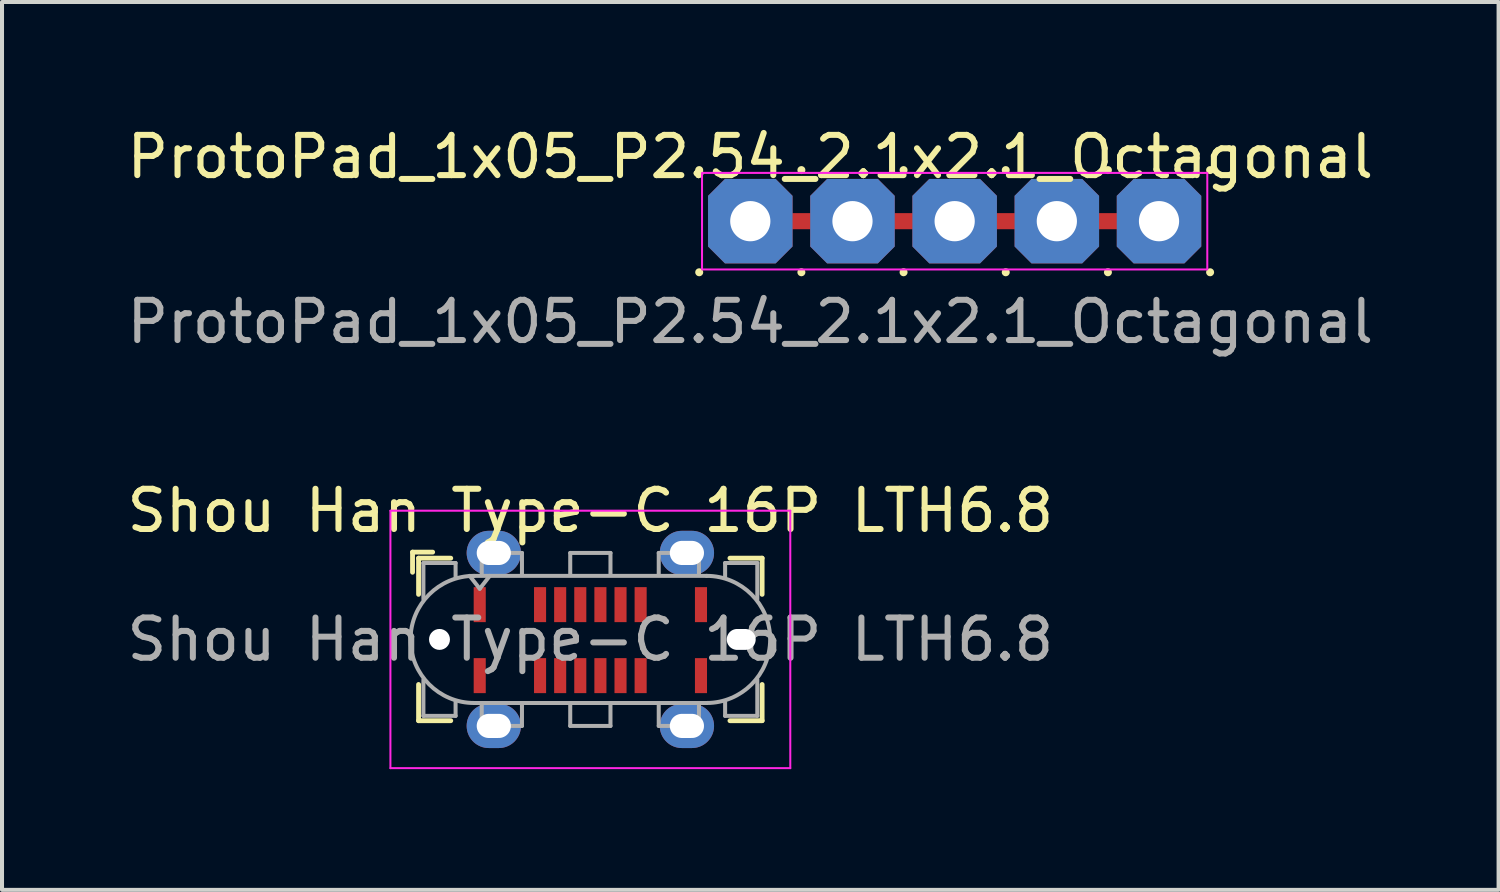
<source format=kicad_pcb>
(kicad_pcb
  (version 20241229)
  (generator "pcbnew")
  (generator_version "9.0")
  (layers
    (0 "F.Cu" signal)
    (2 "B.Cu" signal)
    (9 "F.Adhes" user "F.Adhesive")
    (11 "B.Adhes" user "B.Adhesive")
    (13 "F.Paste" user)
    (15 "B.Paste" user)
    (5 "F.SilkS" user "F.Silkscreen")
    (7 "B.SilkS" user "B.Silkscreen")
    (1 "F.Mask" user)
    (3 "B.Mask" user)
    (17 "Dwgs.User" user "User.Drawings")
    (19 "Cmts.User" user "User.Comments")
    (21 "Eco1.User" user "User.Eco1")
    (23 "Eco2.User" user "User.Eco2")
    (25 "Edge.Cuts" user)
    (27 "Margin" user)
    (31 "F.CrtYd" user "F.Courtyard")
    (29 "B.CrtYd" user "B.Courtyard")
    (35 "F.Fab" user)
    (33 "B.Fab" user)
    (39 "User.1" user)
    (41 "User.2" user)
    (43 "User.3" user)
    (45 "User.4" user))
  (footprint "ProtoPad_1x05_P2.54_2.1x2.1_Octagonal"
    (layer "F.Cu")
    (at 15.601 2.448)
    (property "Reference" "ProtoPad_1x05_P2.54_2.1x2.1_Octagonal" (at 0 -1.6 0) (unlocked yes) (layer "F.SilkS") (effects (font (size 1 1) (thickness 0.15))))
    (attr through_hole exclude_from_pos_files exclude_from_bom)
    (fp_circle (center -1.27 -1.27) (end -1.22 -1.27) (stroke (width 0.1) (type default)) (fill no) (layer "F.SilkS"))
    (fp_circle (center -1.27 1.27) (end -1.22 1.27) (stroke (width 0.1) (type default)) (fill no) (layer "F.SilkS"))
    (fp_circle (center 1.27 -1.27) (end 1.32 -1.27) (stroke (width 0.1) (type default)) (fill no) (layer "F.SilkS"))
    (fp_circle (center 1.27 1.27) (end 1.32 1.27) (stroke (width 0.1) (type default)) (fill no) (layer "F.SilkS"))
    (fp_circle (center 3.81 -1.27) (end 3.86 -1.27) (stroke (width 0.1) (type default)) (fill no) (layer "F.SilkS"))
    (fp_circle (center 3.81 1.27) (end 3.86 1.27) (stroke (width 0.1) (type default)) (fill no) (layer "F.SilkS"))
    (fp_circle (center 6.35 -1.27) (end 6.4 -1.27) (stroke (width 0.1) (type default)) (fill no) (layer "F.SilkS"))
    (fp_circle (center 6.35 1.27) (end 6.4 1.27) (stroke (width 0.1) (type default)) (fill no) (layer "F.SilkS"))
    (fp_circle (center 8.89 -1.27) (end 8.94 -1.27) (stroke (width 0.1) (type default)) (fill no) (layer "F.SilkS"))
    (fp_circle (center 8.89 1.27) (end 8.94 1.27) (stroke (width 0.1) (type default)) (fill no) (layer "F.SilkS"))
    (fp_circle (center 11.43 -1.27) (end 11.48 -1.27) (stroke (width 0.1) (type default)) (fill no) (layer "F.SilkS"))
    (fp_circle (center 11.43 1.27) (end 11.48 1.27) (stroke (width 0.1) (type default)) (fill no) (layer "F.SilkS"))
    (fp_rect (start -1.2 -1.2) (end 11.36 1.2) (stroke (width 0.05) (type default)) (fill no) (layer "F.CrtYd"))
    (fp_text user "${REFERENCE}" (at 0 2.5 0) (unlocked yes) (layer "F.Fab") (effects (font (size 1 1) (thickness 0.15))))
    (pad "1" thru_hole roundrect (at 0 0) (size 2.1 2.1) (drill 1) (layers "*.Cu" "*.Mask") (roundrect_rratio 0) (chamfer_ratio 0.2) (chamfer top_left top_right bottom_left bottom_right))
    (pad "1" smd rect (at 1.27 0) (size 0.8 0.4) (layers "F.Cu" "F.Mask" "F.Paste"))
    (pad "1" thru_hole roundrect (at 2.54 0) (size 2.1 2.1) (drill 1) (layers "*.Cu" "*.Mask") (roundrect_rratio 0) (chamfer_ratio 0.2) (chamfer top_left top_right bottom_left bottom_right))
    (pad "1" smd rect (at 3.81 0) (size 0.8 0.4) (layers "F.Cu" "F.Mask" "F.Paste"))
    (pad "1" thru_hole roundrect (at 5.08 0) (size 2.1 2.1) (drill 1) (layers "*.Cu" "*.Mask") (roundrect_rratio 0) (chamfer_ratio 0.2) (chamfer top_left top_right bottom_left bottom_right))
    (pad "1" smd rect (at 6.35 0) (size 0.8 0.4) (layers "F.Cu" "F.Mask" "F.Paste"))
    (pad "1" thru_hole roundrect (at 7.62 0) (size 2.1 2.1) (drill 1) (layers "*.Cu" "*.Mask") (roundrect_rratio 0) (chamfer_ratio 0.2) (chamfer top_left top_right bottom_left bottom_right))
    (pad "1" smd rect (at 8.89 0) (size 0.8 0.4) (layers "F.Cu" "F.Mask" "F.Paste"))
    (pad "1" thru_hole roundrect (at 10.16 0) (size 2.1 2.1) (drill 1) (layers "*.Cu" "*.Mask") (roundrect_rratio 0) (chamfer_ratio 0.2) (chamfer top_left top_right bottom_left bottom_right))
    (zone (net_name "") (layers "F.Cu" "B.Cu" "F.Adhes") (hatch edge 0.5) (connect_pads) (min_thickness 0.25) (filled_areas_thickness no) (keepout (tracks allowed) (vias allowed) (pads allowed) (copperpour not_allowed) (footprints allowed)) (placement (enabled no)) (fill) (polygon (pts (xy 14.401 1.248) (xy 14.401 3.648) (xy 27.001 3.648) (xy 27.001 1.248)))))
  (footprint "Shou Han Type-C 16P LTH6.8"
    (layer "F.Cu")
    (at 11.625 12.845)
    (property "Reference" "Shou Han Type-C 16P LTH6.8" (at 0 -3.2 0) (layer "F.SilkS") (effects (font (size 1 1) (thickness 0.15))))
    (attr smd)
    (fp_line (start -4.42 -2.17) (end -4.42 -1.67) (stroke (width 0.12) (type solid)) (layer "F.SilkS"))
    (fp_line (start -4.42 -2.17) (end -3.92 -2.17) (stroke (width 0.12) (type solid)) (layer "F.SilkS"))
    (fp_line (start -4.27 -2.02) (end -4.27 -1.12) (stroke (width 0.12) (type solid)) (layer "F.SilkS"))
    (fp_line (start -4.27 -2.02) (end -3.47 -2.02) (stroke (width 0.12) (type solid)) (layer "F.SilkS"))
    (fp_line (start -4.27 2.02) (end -4.27 1.12) (stroke (width 0.12) (type solid)) (layer "F.SilkS"))
    (fp_line (start -4.27 2.02) (end -3.47 2.02) (stroke (width 0.12) (type solid)) (layer "F.SilkS"))
    (fp_line (start 4.27 -2.02) (end 3.47 -2.02) (stroke (width 0.12) (type solid)) (layer "F.SilkS"))
    (fp_line (start 4.27 -2.02) (end 4.27 -1.12) (stroke (width 0.12) (type solid)) (layer "F.SilkS"))
    (fp_line (start 4.27 2.02) (end 3.47 2.02) (stroke (width 0.12) (type solid)) (layer "F.SilkS"))
    (fp_line (start 4.27 2.02) (end 4.27 1.12) (stroke (width 0.12) (type solid)) (layer "F.SilkS"))
    (fp_line (start -4.97 -3.2) (end -4.97 3.2) (stroke (width 0.05) (type solid)) (layer "F.CrtYd"))
    (fp_line (start -4.97 3.2) (end 4.97 3.2) (stroke (width 0.05) (type solid)) (layer "F.CrtYd"))
    (fp_line (start 4.97 -3.2) (end -4.97 -3.2) (stroke (width 0.05) (type solid)) (layer "F.CrtYd"))
    (fp_line (start 4.97 3.2) (end 4.97 -3.2) (stroke (width 0.05) (type solid)) (layer "F.CrtYd"))
    (fp_line (start -4.15 -1.9) (end -4.15 -1) (stroke (width 0.1) (type solid)) (layer "F.Fab"))
    (fp_line (start -4.15 -1.9) (end -3.35 -1.9) (stroke (width 0.1) (type solid)) (layer "F.Fab"))
    (fp_line (start -4.15 1.9) (end -4.15 1) (stroke (width 0.1) (type solid)) (layer "F.Fab"))
    (fp_line (start -4.15 1.9) (end -3.35 1.9) (stroke (width 0.1) (type solid)) (layer "F.Fab"))
    (fp_line (start -3.35 -1.9) (end -3.35 -1.55) (stroke (width 0.1) (type solid)) (layer "F.Fab"))
    (fp_line (start -3.35 1.9) (end -3.35 1.55) (stroke (width 0.1) (type solid)) (layer "F.Fab"))
    (fp_line (start -2.89 1.58) (end 2.89 1.58) (stroke (width 0.1) (type solid)) (layer "F.Fab"))
    (fp_line (start -2.75 -1.26) (end -3 -1.58) (stroke (width 0.1) (type solid)) (layer "F.Fab"))
    (fp_line (start -2.7 -2.15) (end -1.7 -2.15) (stroke (width 0.1) (type solid)) (layer "F.Fab"))
    (fp_line (start -2.7 -1.6) (end -2.7 -2.15) (stroke (width 0.1) (type solid)) (layer "F.Fab"))
    (fp_line (start -2.7 1.6) (end -2.7 2.15) (stroke (width 0.1) (type solid)) (layer "F.Fab"))
    (fp_line (start -2.7 2.15) (end -1.7 2.15) (stroke (width 0.1) (type solid)) (layer "F.Fab"))
    (fp_line (start -2.5 -1.58) (end -2.75 -1.26) (stroke (width 0.1) (type solid)) (layer "F.Fab"))
    (fp_line (start -1.7 -2.15) (end -1.7 -1.6) (stroke (width 0.1) (type solid)) (layer "F.Fab"))
    (fp_line (start -1.7 2.15) (end -1.7 1.6) (stroke (width 0.1) (type solid)) (layer "F.Fab"))
    (fp_line (start -0.5 -2.15) (end 0.5 -2.15) (stroke (width 0.1) (type solid)) (layer "F.Fab"))
    (fp_line (start -0.5 -1.6) (end -0.5 -2.15) (stroke (width 0.1) (type solid)) (layer "F.Fab"))
    (fp_line (start -0.5 2.15) (end -0.5 1.6) (stroke (width 0.1) (type solid)) (layer "F.Fab"))
    (fp_line (start 0.5 -2.15) (end 0.5 -1.6) (stroke (width 0.1) (type solid)) (layer "F.Fab"))
    (fp_line (start 0.5 1.6) (end 0.5 2.15) (stroke (width 0.1) (type solid)) (layer "F.Fab"))
    (fp_line (start 0.5 2.15) (end -0.5 2.15) (stroke (width 0.1) (type solid)) (layer "F.Fab"))
    (fp_line (start 1.7 -2.15) (end 1.7 -1.6) (stroke (width 0.1) (type solid)) (layer "F.Fab"))
    (fp_line (start 1.7 2.15) (end 1.7 1.6) (stroke (width 0.1) (type solid)) (layer "F.Fab"))
    (fp_line (start 2.7 -2.15) (end 1.7 -2.15) (stroke (width 0.1) (type solid)) (layer "F.Fab"))
    (fp_line (start 2.7 -1.6) (end 2.7 -2.15) (stroke (width 0.1) (type solid)) (layer "F.Fab"))
    (fp_line (start 2.7 1.6) (end 2.7 2.15) (stroke (width 0.1) (type solid)) (layer "F.Fab"))
    (fp_line (start 2.7 2.15) (end 1.7 2.15) (stroke (width 0.1) (type solid)) (layer "F.Fab"))
    (fp_line (start 2.89 -1.58) (end -2.89 -1.58) (stroke (width 0.1) (type solid)) (layer "F.Fab"))
    (fp_line (start 3.35 -1.9) (end 3.35 -1.55) (stroke (width 0.1) (type solid)) (layer "F.Fab"))
    (fp_line (start 3.35 1.9) (end 3.35 1.55) (stroke (width 0.1) (type solid)) (layer "F.Fab"))
    (fp_line (start 4.15 -1.9) (end 3.35 -1.9) (stroke (width 0.1) (type solid)) (layer "F.Fab"))
    (fp_line (start 4.15 -1.9) (end 4.15 -1) (stroke (width 0.1) (type solid)) (layer "F.Fab"))
    (fp_line (start 4.15 1.9) (end 3.35 1.9) (stroke (width 0.1) (type solid)) (layer "F.Fab"))
    (fp_line (start 4.15 1.9) (end 4.15 1) (stroke (width 0.1) (type solid)) (layer "F.Fab"))
    (fp_arc (start -2.89 1.58) (mid -4.47 0) (end -2.89 -1.58) (stroke (width 0.1) (type solid)) (layer "F.Fab"))
    (fp_arc (start 2.89 -1.58) (mid 4.47 0) (end 2.89 1.58) (stroke (width 0.1) (type solid)) (layer "F.Fab"))
    (fp_text user "${REFERENCE}" (at 0 0 0) (unlocked yes) (layer "F.Fab") (effects (font (size 1 1) (thickness 0.15))))
    (pad "" np_thru_hole circle (at -3.75 0) (size 0.52 0.52) (drill 0.66) (layers "*.Cu" "*.Mask"))
    (pad "" np_thru_hole oval (at 3.75 0) (size 0.72 0.52) (drill oval 1 0.58) (layers "*.Cu" "*.Mask"))
    (pad "A1" smd rect (at -2.75 -0.865) (size 0.3 0.87) (layers "F.Cu" "F.Mask" "F.Paste"))
    (pad "A4" smd rect (at -1.25 -0.865) (size 0.3 0.87) (layers "F.Cu" "F.Mask" "F.Paste"))
    (pad "A5" smd rect (at -0.75 -0.865) (size 0.3 0.87) (layers "F.Cu" "F.Mask" "F.Paste"))
    (pad "A6" smd rect (at -0.25 -0.865) (size 0.3 0.87) (layers "F.Cu" "F.Mask" "F.Paste"))
    (pad "A7" smd rect (at 0.25 -0.865) (size 0.3 0.87) (layers "F.Cu" "F.Mask" "F.Paste"))
    (pad "A8" smd rect (at 0.75 -0.865) (size 0.3 0.87) (layers "F.Cu" "F.Mask" "F.Paste"))
    (pad "A9" smd rect (at 1.25 -0.865) (size 0.3 0.87) (layers "F.Cu" "F.Mask" "F.Paste"))
    (pad "A12" smd rect (at 2.75 -0.865) (size 0.3 0.87) (layers "F.Cu" "F.Mask" "F.Paste"))
    (pad "B1" smd rect (at 2.75 0.9) (size 0.3 0.87) (layers "F.Cu" "F.Mask" "F.Paste"))
    (pad "B4" smd rect (at 1.25 0.9) (size 0.3 0.87) (layers "F.Cu" "F.Mask" "F.Paste"))
    (pad "B5" smd rect (at 0.75 0.9) (size 0.3 0.87) (layers "F.Cu" "F.Mask" "F.Paste"))
    (pad "B6" smd rect (at 0.25 0.9) (size 0.3 0.87) (layers "F.Cu" "F.Mask" "F.Paste"))
    (pad "B7" smd rect (at -0.25 0.9) (size 0.3 0.87) (layers "F.Cu" "F.Mask" "F.Paste"))
    (pad "B8" smd rect (at -0.75 0.9) (size 0.3 0.87) (layers "F.Cu" "F.Mask" "F.Paste"))
    (pad "B9" smd rect (at -1.25 0.9) (size 0.3 0.87) (layers "F.Cu" "F.Mask" "F.Paste"))
    (pad "B12" smd rect (at -2.75 0.9) (size 0.3 0.87) (layers "F.Cu" "F.Mask" "F.Paste"))
    (pad "S1" thru_hole oval (at -2.4 -2.15) (size 1.35 1.1) (drill oval 0.85 0.6) (layers "*.Cu" "*.Mask" "F.Paste"))
    (pad "S1" thru_hole oval (at -2.4 2.15) (size 1.35 1.1) (drill oval 0.85 0.6) (layers "*.Cu" "*.Mask" "F.Paste"))
    (pad "S1" thru_hole oval (at 2.4 -2.15) (size 1.35 1.1) (drill oval 0.85 0.6) (layers "*.Cu" "*.Mask" "F.Paste"))
    (pad "S1" thru_hole oval (at 2.4 2.15) (size 1.35 1.1) (drill oval 0.85 0.6) (layers "*.Cu" "*.Mask" "F.Paste"))
    (zone (net_name "") (layer "F.Cu") (name "peg") (hatch full 0.508) (connect_pads) (min_thickness 0.254) (filled_areas_thickness no) (keepout (tracks allowed) (vias allowed) (pads not_allowed) (copperpour not_allowed) (footprints not_allowed)) (placement (enabled no)) (fill) (polygon (pts (xy 12.425 11.045) (xy 10.825 11.045) (xy 10.825 10.345) (xy 12.425 10.345))))
    (zone (net_name "") (layer "F.Cu") (name "peg") (hatch full 0.508) (connect_pads) (min_thickness 0.254) (filled_areas_thickness no) (keepout (tracks allowed) (vias allowed) (pads not_allowed) (copperpour not_allowed) (footprints not_allowed)) (placement (enabled no)) (fill) (polygon (pts (xy 12.425 15.345) (xy 10.825 15.345) (xy 10.825 14.645) (xy 12.425 14.645)))))
  (gr_rect
    (start -3 -3)
    (end 34.202 19.07)
    (stroke (width 0.1) (type default))
    (fill no)
    (layer "Edge.Cuts")))
</source>
